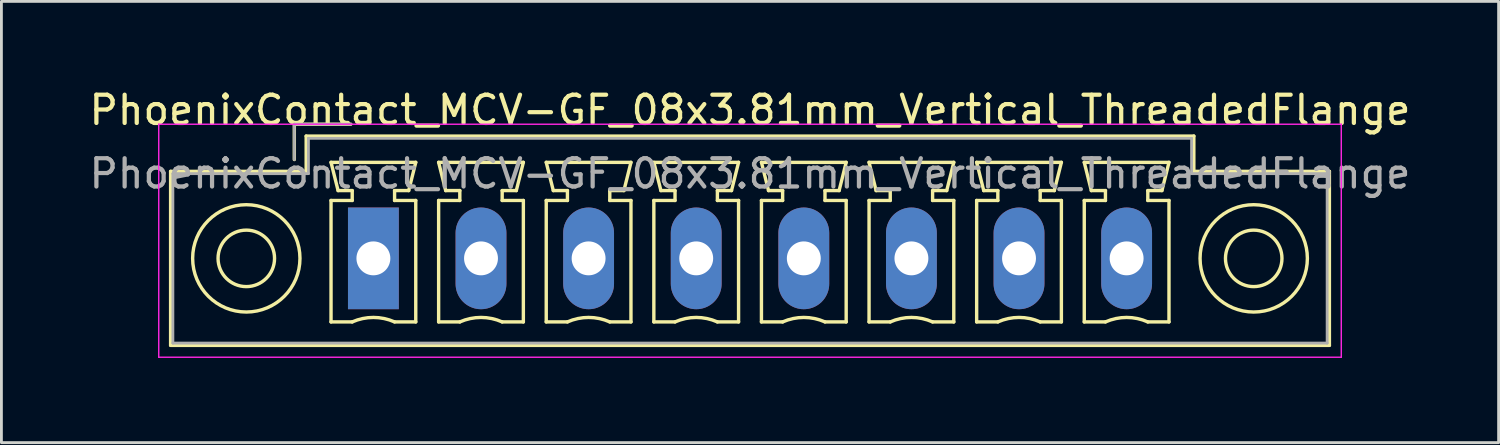
<source format=kicad_pcb>
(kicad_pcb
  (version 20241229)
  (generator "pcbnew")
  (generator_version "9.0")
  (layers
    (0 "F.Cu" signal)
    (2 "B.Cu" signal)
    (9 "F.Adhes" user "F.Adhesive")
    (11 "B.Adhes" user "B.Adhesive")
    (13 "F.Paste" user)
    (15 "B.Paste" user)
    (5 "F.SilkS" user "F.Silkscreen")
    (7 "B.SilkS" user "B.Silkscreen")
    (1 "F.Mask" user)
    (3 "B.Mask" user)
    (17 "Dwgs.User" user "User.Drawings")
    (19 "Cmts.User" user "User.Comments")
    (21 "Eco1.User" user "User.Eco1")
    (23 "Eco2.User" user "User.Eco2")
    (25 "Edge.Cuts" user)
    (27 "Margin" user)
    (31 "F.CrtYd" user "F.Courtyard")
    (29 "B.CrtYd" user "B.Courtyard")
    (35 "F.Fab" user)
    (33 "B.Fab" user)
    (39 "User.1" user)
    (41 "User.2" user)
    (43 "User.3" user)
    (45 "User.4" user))
  (footprint "PhoenixContact_MCV-GF_08x3.81mm_Vertical_ThreadedFlange"
    (layer "F.Cu")
    (at 10.171 6.098)
    (property "Reference" "PhoenixContact_MCV-GF_08x3.81mm_Vertical_ThreadedFlange" (at 13.335 -5.25 0) (layer "F.SilkS") (effects (font (size 1 1) (thickness 0.15))))
    (attr through_hole)
    (fp_line (start -7.18 -3.08) (end -7.18 3.08) (stroke (width 0.12) (type solid)) (layer "F.SilkS"))
    (fp_line (start -7.18 3.08) (end 33.85 3.08) (stroke (width 0.12) (type solid)) (layer "F.SilkS"))
    (fp_line (start -2.8 -4.75) (end -0.8 -4.75) (stroke (width 0.12) (type solid)) (layer "F.SilkS"))
    (fp_line (start -2.8 -3.5) (end -2.8 -4.75) (stroke (width 0.12) (type solid)) (layer "F.SilkS"))
    (fp_line (start -2.38 -4.33) (end -2.38 -3.08) (stroke (width 0.12) (type solid)) (layer "F.SilkS"))
    (fp_line (start -2.38 -3.08) (end -7.18 -3.08) (stroke (width 0.12) (type solid)) (layer "F.SilkS"))
    (fp_line (start -1.5 -3.4) (end 1.5 -3.4) (stroke (width 0.12) (type solid)) (layer "F.SilkS"))
    (fp_line (start -1.5 -2.05) (end -0.75 -2.05) (stroke (width 0.12) (type solid)) (layer "F.SilkS"))
    (fp_line (start -1.5 2.25) (end -1.5 -2.05) (stroke (width 0.12) (type solid)) (layer "F.SilkS"))
    (fp_line (start -1.25 -2.4) (end -1.5 -3.4) (stroke (width 0.12) (type solid)) (layer "F.SilkS"))
    (fp_line (start -0.75 -2.4) (end -1.25 -2.4) (stroke (width 0.12) (type solid)) (layer "F.SilkS"))
    (fp_line (start -0.75 -2.05) (end -0.75 -2.4) (stroke (width 0.12) (type solid)) (layer "F.SilkS"))
    (fp_line (start -0.75 2.25) (end -1.5 2.25) (stroke (width 0.12) (type solid)) (layer "F.SilkS"))
    (fp_line (start 0.75 -2.4) (end 0.75 -2.05) (stroke (width 0.12) (type solid)) (layer "F.SilkS"))
    (fp_line (start 0.75 -2.05) (end 1.5 -2.05) (stroke (width 0.12) (type solid)) (layer "F.SilkS"))
    (fp_line (start 1.25 -2.4) (end 0.75 -2.4) (stroke (width 0.12) (type solid)) (layer "F.SilkS"))
    (fp_line (start 1.5 -3.4) (end 1.25 -2.4) (stroke (width 0.12) (type solid)) (layer "F.SilkS"))
    (fp_line (start 1.5 -2.05) (end 1.5 2.25) (stroke (width 0.12) (type solid)) (layer "F.SilkS"))
    (fp_line (start 1.5 2.25) (end 0.75 2.25) (stroke (width 0.12) (type solid)) (layer "F.SilkS"))
    (fp_line (start 2.31 -3.4) (end 5.31 -3.4) (stroke (width 0.12) (type solid)) (layer "F.SilkS"))
    (fp_line (start 2.31 -2.05) (end 3.06 -2.05) (stroke (width 0.12) (type solid)) (layer "F.SilkS"))
    (fp_line (start 2.31 2.25) (end 2.31 -2.05) (stroke (width 0.12) (type solid)) (layer "F.SilkS"))
    (fp_line (start 2.56 -2.4) (end 2.31 -3.4) (stroke (width 0.12) (type solid)) (layer "F.SilkS"))
    (fp_line (start 3.06 -2.4) (end 2.56 -2.4) (stroke (width 0.12) (type solid)) (layer "F.SilkS"))
    (fp_line (start 3.06 -2.05) (end 3.06 -2.4) (stroke (width 0.12) (type solid)) (layer "F.SilkS"))
    (fp_line (start 3.06 2.25) (end 2.31 2.25) (stroke (width 0.12) (type solid)) (layer "F.SilkS"))
    (fp_line (start 4.56 -2.4) (end 4.56 -2.05) (stroke (width 0.12) (type solid)) (layer "F.SilkS"))
    (fp_line (start 4.56 -2.05) (end 5.31 -2.05) (stroke (width 0.12) (type solid)) (layer "F.SilkS"))
    (fp_line (start 5.06 -2.4) (end 4.56 -2.4) (stroke (width 0.12) (type solid)) (layer "F.SilkS"))
    (fp_line (start 5.31 -3.4) (end 5.06 -2.4) (stroke (width 0.12) (type solid)) (layer "F.SilkS"))
    (fp_line (start 5.31 -2.05) (end 5.31 2.25) (stroke (width 0.12) (type solid)) (layer "F.SilkS"))
    (fp_line (start 5.31 2.25) (end 4.56 2.25) (stroke (width 0.12) (type solid)) (layer "F.SilkS"))
    (fp_line (start 6.12 -3.4) (end 9.12 -3.4) (stroke (width 0.12) (type solid)) (layer "F.SilkS"))
    (fp_line (start 6.12 -2.05) (end 6.87 -2.05) (stroke (width 0.12) (type solid)) (layer "F.SilkS"))
    (fp_line (start 6.12 2.25) (end 6.12 -2.05) (stroke (width 0.12) (type solid)) (layer "F.SilkS"))
    (fp_line (start 6.37 -2.4) (end 6.12 -3.4) (stroke (width 0.12) (type solid)) (layer "F.SilkS"))
    (fp_line (start 6.87 -2.4) (end 6.37 -2.4) (stroke (width 0.12) (type solid)) (layer "F.SilkS"))
    (fp_line (start 6.87 -2.05) (end 6.87 -2.4) (stroke (width 0.12) (type solid)) (layer "F.SilkS"))
    (fp_line (start 6.87 2.25) (end 6.12 2.25) (stroke (width 0.12) (type solid)) (layer "F.SilkS"))
    (fp_line (start 8.37 -2.4) (end 8.37 -2.05) (stroke (width 0.12) (type solid)) (layer "F.SilkS"))
    (fp_line (start 8.37 -2.05) (end 9.12 -2.05) (stroke (width 0.12) (type solid)) (layer "F.SilkS"))
    (fp_line (start 8.87 -2.4) (end 8.37 -2.4) (stroke (width 0.12) (type solid)) (layer "F.SilkS"))
    (fp_line (start 9.12 -3.4) (end 8.87 -2.4) (stroke (width 0.12) (type solid)) (layer "F.SilkS"))
    (fp_line (start 9.12 -2.05) (end 9.12 2.25) (stroke (width 0.12) (type solid)) (layer "F.SilkS"))
    (fp_line (start 9.12 2.25) (end 8.37 2.25) (stroke (width 0.12) (type solid)) (layer "F.SilkS"))
    (fp_line (start 9.93 -3.4) (end 12.93 -3.4) (stroke (width 0.12) (type solid)) (layer "F.SilkS"))
    (fp_line (start 9.93 -2.05) (end 10.68 -2.05) (stroke (width 0.12) (type solid)) (layer "F.SilkS"))
    (fp_line (start 9.93 2.25) (end 9.93 -2.05) (stroke (width 0.12) (type solid)) (layer "F.SilkS"))
    (fp_line (start 10.18 -2.4) (end 9.93 -3.4) (stroke (width 0.12) (type solid)) (layer "F.SilkS"))
    (fp_line (start 10.68 -2.4) (end 10.18 -2.4) (stroke (width 0.12) (type solid)) (layer "F.SilkS"))
    (fp_line (start 10.68 -2.05) (end 10.68 -2.4) (stroke (width 0.12) (type solid)) (layer "F.SilkS"))
    (fp_line (start 10.68 2.25) (end 9.93 2.25) (stroke (width 0.12) (type solid)) (layer "F.SilkS"))
    (fp_line (start 12.18 -2.4) (end 12.18 -2.05) (stroke (width 0.12) (type solid)) (layer "F.SilkS"))
    (fp_line (start 12.18 -2.05) (end 12.93 -2.05) (stroke (width 0.12) (type solid)) (layer "F.SilkS"))
    (fp_line (start 12.68 -2.4) (end 12.18 -2.4) (stroke (width 0.12) (type solid)) (layer "F.SilkS"))
    (fp_line (start 12.93 -3.4) (end 12.68 -2.4) (stroke (width 0.12) (type solid)) (layer "F.SilkS"))
    (fp_line (start 12.93 -2.05) (end 12.93 2.25) (stroke (width 0.12) (type solid)) (layer "F.SilkS"))
    (fp_line (start 12.93 2.25) (end 12.18 2.25) (stroke (width 0.12) (type solid)) (layer "F.SilkS"))
    (fp_line (start 13.74 -3.4) (end 16.74 -3.4) (stroke (width 0.12) (type solid)) (layer "F.SilkS"))
    (fp_line (start 13.74 -2.05) (end 14.49 -2.05) (stroke (width 0.12) (type solid)) (layer "F.SilkS"))
    (fp_line (start 13.74 2.25) (end 13.74 -2.05) (stroke (width 0.12) (type solid)) (layer "F.SilkS"))
    (fp_line (start 13.99 -2.4) (end 13.74 -3.4) (stroke (width 0.12) (type solid)) (layer "F.SilkS"))
    (fp_line (start 14.49 -2.4) (end 13.99 -2.4) (stroke (width 0.12) (type solid)) (layer "F.SilkS"))
    (fp_line (start 14.49 -2.05) (end 14.49 -2.4) (stroke (width 0.12) (type solid)) (layer "F.SilkS"))
    (fp_line (start 14.49 2.25) (end 13.74 2.25) (stroke (width 0.12) (type solid)) (layer "F.SilkS"))
    (fp_line (start 15.99 -2.4) (end 15.99 -2.05) (stroke (width 0.12) (type solid)) (layer "F.SilkS"))
    (fp_line (start 15.99 -2.05) (end 16.74 -2.05) (stroke (width 0.12) (type solid)) (layer "F.SilkS"))
    (fp_line (start 16.49 -2.4) (end 15.99 -2.4) (stroke (width 0.12) (type solid)) (layer "F.SilkS"))
    (fp_line (start 16.74 -3.4) (end 16.49 -2.4) (stroke (width 0.12) (type solid)) (layer "F.SilkS"))
    (fp_line (start 16.74 -2.05) (end 16.74 2.25) (stroke (width 0.12) (type solid)) (layer "F.SilkS"))
    (fp_line (start 16.74 2.25) (end 15.99 2.25) (stroke (width 0.12) (type solid)) (layer "F.SilkS"))
    (fp_line (start 17.55 -3.4) (end 20.55 -3.4) (stroke (width 0.12) (type solid)) (layer "F.SilkS"))
    (fp_line (start 17.55 -2.05) (end 18.3 -2.05) (stroke (width 0.12) (type solid)) (layer "F.SilkS"))
    (fp_line (start 17.55 2.25) (end 17.55 -2.05) (stroke (width 0.12) (type solid)) (layer "F.SilkS"))
    (fp_line (start 17.8 -2.4) (end 17.55 -3.4) (stroke (width 0.12) (type solid)) (layer "F.SilkS"))
    (fp_line (start 18.3 -2.4) (end 17.8 -2.4) (stroke (width 0.12) (type solid)) (layer "F.SilkS"))
    (fp_line (start 18.3 -2.05) (end 18.3 -2.4) (stroke (width 0.12) (type solid)) (layer "F.SilkS"))
    (fp_line (start 18.3 2.25) (end 17.55 2.25) (stroke (width 0.12) (type solid)) (layer "F.SilkS"))
    (fp_line (start 19.8 -2.4) (end 19.8 -2.05) (stroke (width 0.12) (type solid)) (layer "F.SilkS"))
    (fp_line (start 19.8 -2.05) (end 20.55 -2.05) (stroke (width 0.12) (type solid)) (layer "F.SilkS"))
    (fp_line (start 20.3 -2.4) (end 19.8 -2.4) (stroke (width 0.12) (type solid)) (layer "F.SilkS"))
    (fp_line (start 20.55 -3.4) (end 20.3 -2.4) (stroke (width 0.12) (type solid)) (layer "F.SilkS"))
    (fp_line (start 20.55 -2.05) (end 20.55 2.25) (stroke (width 0.12) (type solid)) (layer "F.SilkS"))
    (fp_line (start 20.55 2.25) (end 19.8 2.25) (stroke (width 0.12) (type solid)) (layer "F.SilkS"))
    (fp_line (start 21.36 -3.4) (end 24.36 -3.4) (stroke (width 0.12) (type solid)) (layer "F.SilkS"))
    (fp_line (start 21.36 -2.05) (end 22.11 -2.05) (stroke (width 0.12) (type solid)) (layer "F.SilkS"))
    (fp_line (start 21.36 2.25) (end 21.36 -2.05) (stroke (width 0.12) (type solid)) (layer "F.SilkS"))
    (fp_line (start 21.61 -2.4) (end 21.36 -3.4) (stroke (width 0.12) (type solid)) (layer "F.SilkS"))
    (fp_line (start 22.11 -2.4) (end 21.61 -2.4) (stroke (width 0.12) (type solid)) (layer "F.SilkS"))
    (fp_line (start 22.11 -2.05) (end 22.11 -2.4) (stroke (width 0.12) (type solid)) (layer "F.SilkS"))
    (fp_line (start 22.11 2.25) (end 21.36 2.25) (stroke (width 0.12) (type solid)) (layer "F.SilkS"))
    (fp_line (start 23.61 -2.4) (end 23.61 -2.05) (stroke (width 0.12) (type solid)) (layer "F.SilkS"))
    (fp_line (start 23.61 -2.05) (end 24.36 -2.05) (stroke (width 0.12) (type solid)) (layer "F.SilkS"))
    (fp_line (start 24.11 -2.4) (end 23.61 -2.4) (stroke (width 0.12) (type solid)) (layer "F.SilkS"))
    (fp_line (start 24.36 -3.4) (end 24.11 -2.4) (stroke (width 0.12) (type solid)) (layer "F.SilkS"))
    (fp_line (start 24.36 -2.05) (end 24.36 2.25) (stroke (width 0.12) (type solid)) (layer "F.SilkS"))
    (fp_line (start 24.36 2.25) (end 23.61 2.25) (stroke (width 0.12) (type solid)) (layer "F.SilkS"))
    (fp_line (start 25.17 -3.4) (end 28.17 -3.4) (stroke (width 0.12) (type solid)) (layer "F.SilkS"))
    (fp_line (start 25.17 -2.05) (end 25.92 -2.05) (stroke (width 0.12) (type solid)) (layer "F.SilkS"))
    (fp_line (start 25.17 2.25) (end 25.17 -2.05) (stroke (width 0.12) (type solid)) (layer "F.SilkS"))
    (fp_line (start 25.42 -2.4) (end 25.17 -3.4) (stroke (width 0.12) (type solid)) (layer "F.SilkS"))
    (fp_line (start 25.92 -2.4) (end 25.42 -2.4) (stroke (width 0.12) (type solid)) (layer "F.SilkS"))
    (fp_line (start 25.92 -2.05) (end 25.92 -2.4) (stroke (width 0.12) (type solid)) (layer "F.SilkS"))
    (fp_line (start 25.92 2.25) (end 25.17 2.25) (stroke (width 0.12) (type solid)) (layer "F.SilkS"))
    (fp_line (start 27.42 -2.4) (end 27.42 -2.05) (stroke (width 0.12) (type solid)) (layer "F.SilkS"))
    (fp_line (start 27.42 -2.05) (end 28.17 -2.05) (stroke (width 0.12) (type solid)) (layer "F.SilkS"))
    (fp_line (start 27.92 -2.4) (end 27.42 -2.4) (stroke (width 0.12) (type solid)) (layer "F.SilkS"))
    (fp_line (start 28.17 -3.4) (end 27.92 -2.4) (stroke (width 0.12) (type solid)) (layer "F.SilkS"))
    (fp_line (start 28.17 -2.05) (end 28.17 2.25) (stroke (width 0.12) (type solid)) (layer "F.SilkS"))
    (fp_line (start 28.17 2.25) (end 27.42 2.25) (stroke (width 0.12) (type solid)) (layer "F.SilkS"))
    (fp_line (start 29.05 -4.33) (end -2.38 -4.33) (stroke (width 0.12) (type solid)) (layer "F.SilkS"))
    (fp_line (start 29.05 -3.08) (end 29.05 -4.33) (stroke (width 0.12) (type solid)) (layer "F.SilkS"))
    (fp_line (start 33.85 -3.08) (end 29.05 -3.08) (stroke (width 0.12) (type solid)) (layer "F.SilkS"))
    (fp_line (start 33.85 3.08) (end 33.85 -3.08) (stroke (width 0.12) (type solid)) (layer "F.SilkS"))
    (fp_arc (start -0.75 2.25) (mid -0.000193 2.09191) (end 0.749647 2.249844) (stroke (width 0.12) (type solid)) (layer "F.SilkS"))
    (fp_arc (start 3.06 2.25) (mid 3.809807 2.09191) (end 4.559647 2.249844) (stroke (width 0.12) (type solid)) (layer "F.SilkS"))
    (fp_arc (start 6.87 2.25) (mid 7.619807 2.09191) (end 8.369647 2.249844) (stroke (width 0.12) (type solid)) (layer "F.SilkS"))
    (fp_arc (start 10.68 2.25) (mid 11.429807 2.09191) (end 12.179647 2.249844) (stroke (width 0.12) (type solid)) (layer "F.SilkS"))
    (fp_arc (start 14.49 2.25) (mid 15.239807 2.09191) (end 15.989647 2.249844) (stroke (width 0.12) (type solid)) (layer "F.SilkS"))
    (fp_arc (start 18.3 2.25) (mid 19.049807 2.09191) (end 19.799647 2.249844) (stroke (width 0.12) (type solid)) (layer "F.SilkS"))
    (fp_arc (start 22.11 2.25) (mid 22.859807 2.09191) (end 23.609647 2.249844) (stroke (width 0.12) (type solid)) (layer "F.SilkS"))
    (fp_arc (start 25.92 2.25) (mid 26.669807 2.09191) (end 27.419647 2.249844) (stroke (width 0.12) (type solid)) (layer "F.SilkS"))
    (fp_circle (center -4.5 0) (end -3.5 0) (stroke (width 0.12) (type solid)) (fill no) (layer "F.SilkS"))
    (fp_circle (center -4.5 0) (end -2.6 0) (stroke (width 0.12) (type solid)) (fill no) (layer "F.SilkS"))
    (fp_circle (center 31.17 0) (end 32.17 0) (stroke (width 0.12) (type solid)) (fill no) (layer "F.SilkS"))
    (fp_circle (center 31.17 0) (end 33.07 0) (stroke (width 0.12) (type solid)) (fill no) (layer "F.SilkS"))
    (fp_line (start -7.6 -4.75) (end -7.6 3.5) (stroke (width 0.05) (type solid)) (layer "F.CrtYd"))
    (fp_line (start -7.6 3.5) (end 34.27 3.5) (stroke (width 0.05) (type solid)) (layer "F.CrtYd"))
    (fp_line (start 34.27 -4.75) (end -7.6 -4.75) (stroke (width 0.05) (type solid)) (layer "F.CrtYd"))
    (fp_line (start 34.27 3.5) (end 34.27 -4.75) (stroke (width 0.05) (type solid)) (layer "F.CrtYd"))
    (fp_line (start -7.1 -3) (end -7.1 3) (stroke (width 0.1) (type solid)) (layer "F.Fab"))
    (fp_line (start -7.1 3) (end 33.77 3) (stroke (width 0.1) (type solid)) (layer "F.Fab"))
    (fp_line (start -2.8 -4.75) (end -0.8 -4.75) (stroke (width 0.1) (type solid)) (layer "F.Fab"))
    (fp_line (start -2.8 -3.5) (end -2.8 -4.75) (stroke (width 0.1) (type solid)) (layer "F.Fab"))
    (fp_line (start -2.3 -4.25) (end -2.3 -3) (stroke (width 0.1) (type solid)) (layer "F.Fab"))
    (fp_line (start -2.3 -3) (end -7.1 -3) (stroke (width 0.1) (type solid)) (layer "F.Fab"))
    (fp_line (start 28.97 -4.25) (end -2.3 -4.25) (stroke (width 0.1) (type solid)) (layer "F.Fab"))
    (fp_line (start 28.97 -3) (end 28.97 -4.25) (stroke (width 0.1) (type solid)) (layer "F.Fab"))
    (fp_line (start 33.77 -3) (end 28.97 -3) (stroke (width 0.1) (type solid)) (layer "F.Fab"))
    (fp_line (start 33.77 3) (end 33.77 -3) (stroke (width 0.1) (type solid)) (layer "F.Fab"))
    (fp_text user "${REFERENCE}" (at 13.335 -3 0) (layer "F.Fab") (effects (font (size 1 1) (thickness 0.15))))
    (pad "1" thru_hole rect (at 0 0) (size 1.8 3.6) (drill 1.2) (layers "*.Cu" "*.Mask"))
    (pad "2" thru_hole oval (at 3.81 0) (size 1.8 3.6) (drill 1.2) (layers "*.Cu" "*.Mask"))
    (pad "3" thru_hole oval (at 7.62 0) (size 1.8 3.6) (drill 1.2) (layers "*.Cu" "*.Mask"))
    (pad "4" thru_hole oval (at 11.43 0) (size 1.8 3.6) (drill 1.2) (layers "*.Cu" "*.Mask"))
    (pad "5" thru_hole oval (at 15.24 0) (size 1.8 3.6) (drill 1.2) (layers "*.Cu" "*.Mask"))
    (pad "6" thru_hole oval (at 19.05 0) (size 1.8 3.6) (drill 1.2) (layers "*.Cu" "*.Mask"))
    (pad "7" thru_hole oval (at 22.86 0) (size 1.8 3.6) (drill 1.2) (layers "*.Cu" "*.Mask"))
    (pad "8" thru_hole oval (at 26.67 0) (size 1.8 3.6) (drill 1.2) (layers "*.Cu" "*.Mask")))
  (gr_rect
    (start -3 -3)
    (end 50.012 12.623)
    (stroke (width 0.1) (type default))
    (fill no)
    (layer "Edge.Cuts")))
</source>
